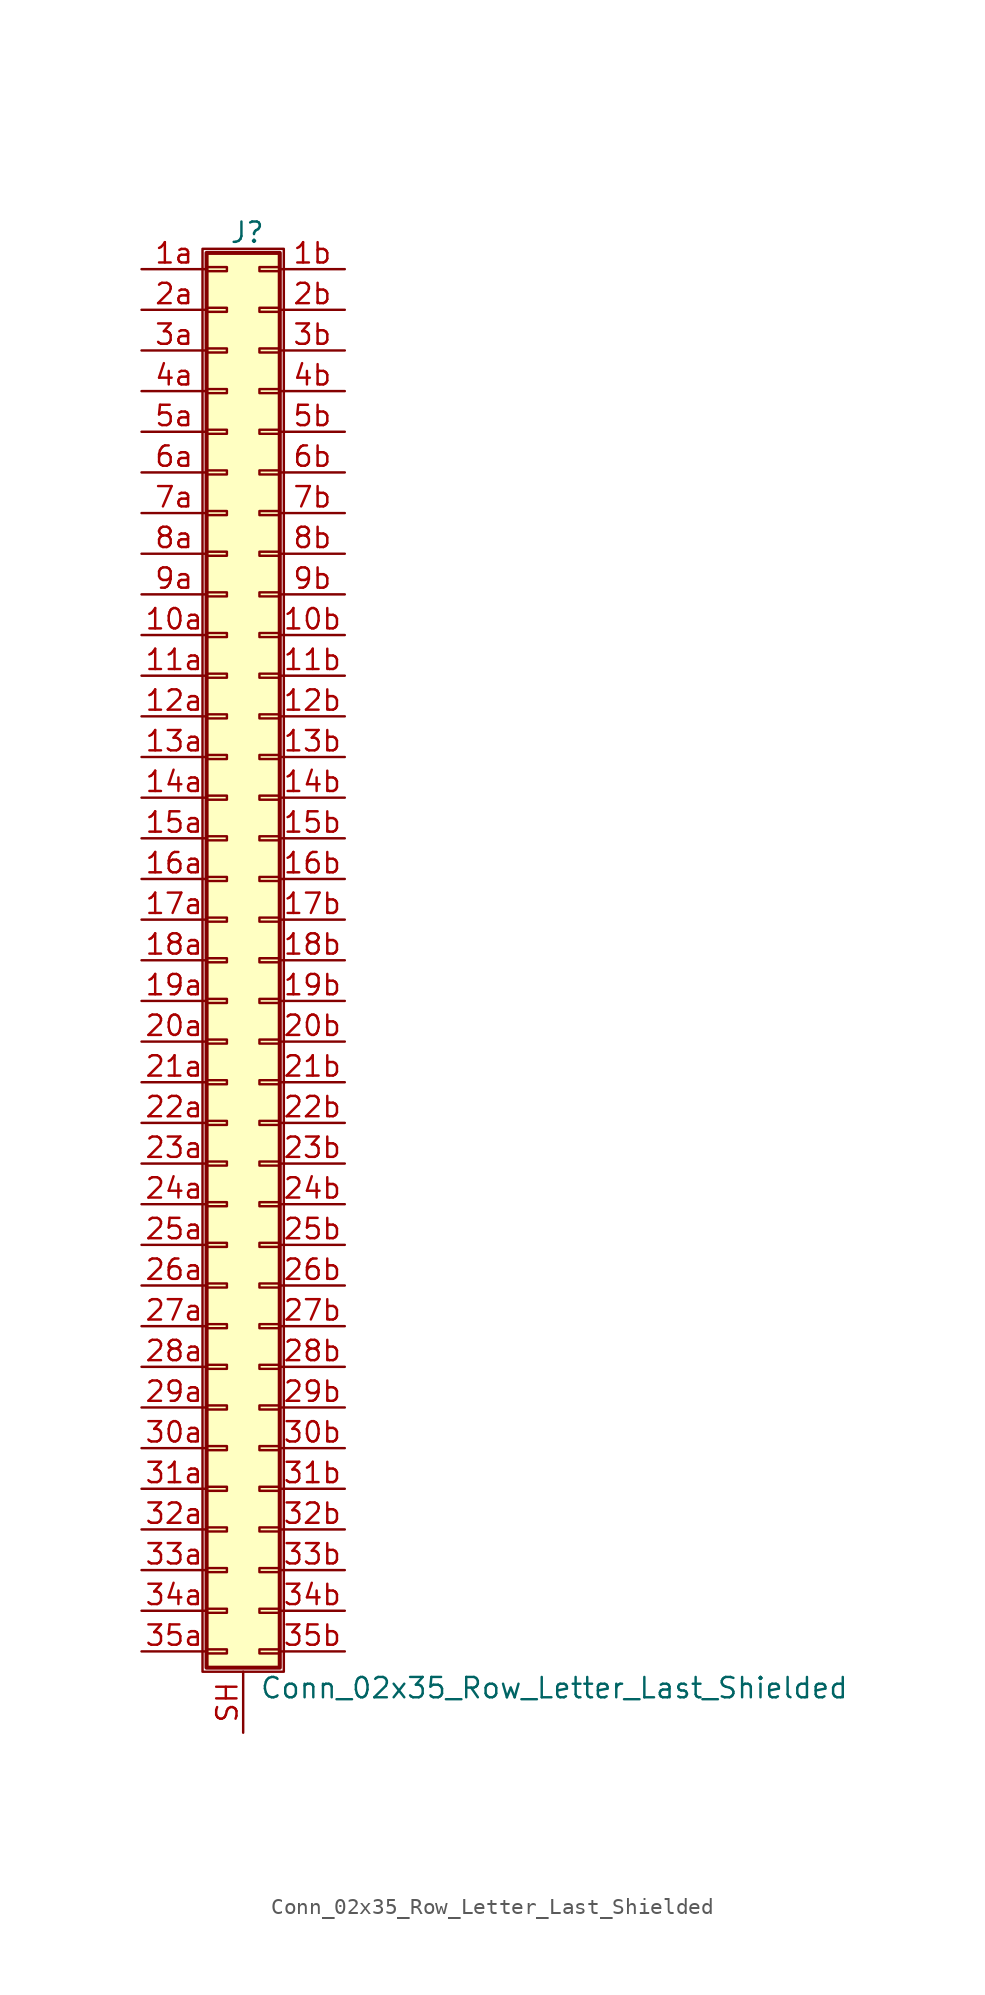
<source format=kicad_sym>
(kicad_symbol_lib
  (version 20201005)
  (generator kicad_symbol_editor)
  (symbol "Conn_02x35_Row_Letter_Last_Shielded"
    (pin_names
      (offset 1.016) hide)
    (property "Reference" "J"
      (at 1.524 45.466 0)
      (effects (font (size 1.27 1.27))))
    (property "Value" "Conn_02x35_Row_Letter_Last_Shielded"
      (at 2.286 -45.466 0)
      (effects (font (size 1.27 1.27)) (justify left)))
    (symbol "Conn_02x35_Row_Letter_Last_Shielded_1_1"
      (rectangle (start -1.27 44.45) (end 3.81 -44.45) (stroke (width 0.152)) (fill (type none)))
      (rectangle (start -1.016 -43.053) (end 0.254 -43.307) (stroke (width 0.152)) (fill (type none)))
      (rectangle (start -1.016 -40.513) (end 0.254 -40.767) (stroke (width 0.152)) (fill (type none)))
      (rectangle (start -1.016 -37.973) (end 0.254 -38.227) (stroke (width 0.152)) (fill (type none)))
      (rectangle (start -1.016 -35.433) (end 0.254 -35.687) (stroke (width 0.152)) (fill (type none)))
      (rectangle (start -1.016 -32.893) (end 0.254 -33.147) (stroke (width 0.152)) (fill (type none)))
      (rectangle (start -1.016 -30.353) (end 0.254 -30.607) (stroke (width 0.152)) (fill (type none)))
      (rectangle (start -1.016 -27.813) (end 0.254 -28.067) (stroke (width 0.152)) (fill (type none)))
      (rectangle (start -1.016 -25.273) (end 0.254 -25.527) (stroke (width 0.152)) (fill (type none)))
      (rectangle (start -1.016 -22.733) (end 0.254 -22.987) (stroke (width 0.152)) (fill (type none)))
      (rectangle (start -1.016 -20.193) (end 0.254 -20.447) (stroke (width 0.152)) (fill (type none)))
      (rectangle (start -1.016 -17.653) (end 0.254 -17.907) (stroke (width 0.152)) (fill (type none)))
      (rectangle (start -1.016 -15.113) (end 0.254 -15.367) (stroke (width 0.152)) (fill (type none)))
      (rectangle (start -1.016 -12.573) (end 0.254 -12.827) (stroke (width 0.152)) (fill (type none)))
      (rectangle (start -1.016 -10.033) (end 0.254 -10.287) (stroke (width 0.152)) (fill (type none)))
      (rectangle (start -1.016 -7.493) (end 0.254 -7.747) (stroke (width 0.152)) (fill (type none)))
      (rectangle (start -1.016 -4.953) (end 0.254 -5.207) (stroke (width 0.152)) (fill (type none)))
      (rectangle (start -1.016 -2.413) (end 0.254 -2.667) (stroke (width 0.152)) (fill (type none)))
      (rectangle (start -1.016 0.127) (end 0.254 -0.127) (stroke (width 0.152)) (fill (type none)))
      (rectangle (start -1.016 2.667) (end 0.254 2.413) (stroke (width 0.152)) (fill (type none)))
      (rectangle (start -1.016 5.207) (end 0.254 4.953) (stroke (width 0.152)) (fill (type none)))
      (rectangle (start -1.016 7.747) (end 0.254 7.493) (stroke (width 0.152)) (fill (type none)))
      (rectangle (start -1.016 10.287) (end 0.254 10.033) (stroke (width 0.152)) (fill (type none)))
      (rectangle (start -1.016 12.827) (end 0.254 12.573) (stroke (width 0.152)) (fill (type none)))
      (rectangle (start -1.016 15.367) (end 0.254 15.113) (stroke (width 0.152)) (fill (type none)))
      (rectangle (start -1.016 17.907) (end 0.254 17.653) (stroke (width 0.152)) (fill (type none)))
      (rectangle (start -1.016 20.447) (end 0.254 20.193) (stroke (width 0.152)) (fill (type none)))
      (rectangle (start -1.016 22.987) (end 0.254 22.733) (stroke (width 0.152)) (fill (type none)))
      (rectangle (start -1.016 25.527) (end 0.254 25.273) (stroke (width 0.152)) (fill (type none)))
      (rectangle (start -1.016 28.067) (end 0.254 27.813) (stroke (width 0.152)) (fill (type none)))
      (rectangle (start -1.016 30.607) (end 0.254 30.353) (stroke (width 0.152)) (fill (type none)))
      (rectangle (start -1.016 33.147) (end 0.254 32.893) (stroke (width 0.152)) (fill (type none)))
      (rectangle (start -1.016 35.687) (end 0.254 35.433) (stroke (width 0.152)) (fill (type none)))
      (rectangle (start -1.016 38.227) (end 0.254 37.973) (stroke (width 0.152)) (fill (type none)))
      (rectangle (start -1.016 40.767) (end 0.254 40.513) (stroke (width 0.152)) (fill (type none)))
      (rectangle (start -1.016 43.307) (end 0.254 43.053) (stroke (width 0.152)) (fill (type none)))
      (rectangle (start 3.556 -43.053) (end 2.286 -43.307) (stroke (width 0.152)) (fill (type none)))
      (rectangle (start 3.556 -40.513) (end 2.286 -40.767) (stroke (width 0.152)) (fill (type none)))
      (rectangle (start 3.556 -37.973) (end 2.286 -38.227) (stroke (width 0.152)) (fill (type none)))
      (rectangle (start 3.556 -35.433) (end 2.286 -35.687) (stroke (width 0.152)) (fill (type none)))
      (rectangle (start 3.556 -32.893) (end 2.286 -33.147) (stroke (width 0.152)) (fill (type none)))
      (rectangle (start 3.556 -30.353) (end 2.286 -30.607) (stroke (width 0.152)) (fill (type none)))
      (rectangle (start 3.556 -27.813) (end 2.286 -28.067) (stroke (width 0.152)) (fill (type none)))
      (rectangle (start 3.556 -25.273) (end 2.286 -25.527) (stroke (width 0.152)) (fill (type none)))
      (rectangle (start 3.556 -22.733) (end 2.286 -22.987) (stroke (width 0.152)) (fill (type none)))
      (rectangle (start 3.556 -20.193) (end 2.286 -20.447) (stroke (width 0.152)) (fill (type none)))
      (rectangle (start 3.556 -17.653) (end 2.286 -17.907) (stroke (width 0.152)) (fill (type none)))
      (rectangle (start 3.556 -15.113) (end 2.286 -15.367) (stroke (width 0.152)) (fill (type none)))
      (rectangle (start 3.556 -12.573) (end 2.286 -12.827) (stroke (width 0.152)) (fill (type none)))
      (rectangle (start 3.556 -10.033) (end 2.286 -10.287) (stroke (width 0.152)) (fill (type none)))
      (rectangle (start 3.556 -7.493) (end 2.286 -7.747) (stroke (width 0.152)) (fill (type none)))
      (rectangle (start 3.556 -4.953) (end 2.286 -5.207) (stroke (width 0.152)) (fill (type none)))
      (rectangle (start 3.556 -2.413) (end 2.286 -2.667) (stroke (width 0.152)) (fill (type none)))
      (rectangle (start 3.556 0.127) (end 2.286 -0.127) (stroke (width 0.152)) (fill (type none)))
      (rectangle (start 3.556 2.667) (end 2.286 2.413) (stroke (width 0.152)) (fill (type none)))
      (rectangle (start 3.556 5.207) (end 2.286 4.953) (stroke (width 0.152)) (fill (type none)))
      (rectangle (start 3.556 7.747) (end 2.286 7.493) (stroke (width 0.152)) (fill (type none)))
      (rectangle (start 3.556 10.287) (end 2.286 10.033) (stroke (width 0.152)) (fill (type none)))
      (rectangle (start 3.556 12.827) (end 2.286 12.573) (stroke (width 0.152)) (fill (type none)))
      (rectangle (start 3.556 15.367) (end 2.286 15.113) (stroke (width 0.152)) (fill (type none)))
      (rectangle (start 3.556 17.907) (end 2.286 17.653) (stroke (width 0.152)) (fill (type none)))
      (rectangle (start 3.556 20.447) (end 2.286 20.193) (stroke (width 0.152)) (fill (type none)))
      (rectangle (start 3.556 22.987) (end 2.286 22.733) (stroke (width 0.152)) (fill (type none)))
      (rectangle (start 3.556 25.527) (end 2.286 25.273) (stroke (width 0.152)) (fill (type none)))
      (rectangle (start 3.556 28.067) (end 2.286 27.813) (stroke (width 0.152)) (fill (type none)))
      (rectangle (start 3.556 30.607) (end 2.286 30.353) (stroke (width 0.152)) (fill (type none)))
      (rectangle (start 3.556 33.147) (end 2.286 32.893) (stroke (width 0.152)) (fill (type none)))
      (rectangle (start 3.556 35.687) (end 2.286 35.433) (stroke (width 0.152)) (fill (type none)))
      (rectangle (start 3.556 38.227) (end 2.286 37.973) (stroke (width 0.152)) (fill (type none)))
      (rectangle (start 3.556 40.767) (end 2.286 40.513) (stroke (width 0.152)) (fill (type none)))
      (rectangle (start 3.556 43.307) (end 2.286 43.053) (stroke (width 0.152)) (fill (type none)))
      (rectangle (start -1.016 44.196) (end 3.556 -44.196) (stroke (width 0.254)) (fill (type background)))
      (pin passive line (at -5.08 20.32 0) (length 4.064) (name "Pin_10a" (effects (font (size 1.27 1.27)))) (number "10a" (effects (font (size 1.27 1.27)))))
      (pin passive line (at 7.62 20.32 180) (length 4.064) (name "Pin_10b" (effects (font (size 1.27 1.27)))) (number "10b" (effects (font (size 1.27 1.27)))))
      (pin passive line (at -5.08 17.78 0) (length 4.064) (name "Pin_11a" (effects (font (size 1.27 1.27)))) (number "11a" (effects (font (size 1.27 1.27)))))
      (pin passive line (at 7.62 17.78 180) (length 4.064) (name "Pin_11b" (effects (font (size 1.27 1.27)))) (number "11b" (effects (font (size 1.27 1.27)))))
      (pin passive line (at -5.08 15.24 0) (length 4.064) (name "Pin_12a" (effects (font (size 1.27 1.27)))) (number "12a" (effects (font (size 1.27 1.27)))))
      (pin passive line (at 7.62 15.24 180) (length 4.064) (name "Pin_12b" (effects (font (size 1.27 1.27)))) (number "12b" (effects (font (size 1.27 1.27)))))
      (pin passive line (at -5.08 12.7 0) (length 4.064) (name "Pin_13a" (effects (font (size 1.27 1.27)))) (number "13a" (effects (font (size 1.27 1.27)))))
      (pin passive line (at 7.62 12.7 180) (length 4.064) (name "Pin_13b" (effects (font (size 1.27 1.27)))) (number "13b" (effects (font (size 1.27 1.27)))))
      (pin passive line (at -5.08 10.16 0) (length 4.064) (name "Pin_14a" (effects (font (size 1.27 1.27)))) (number "14a" (effects (font (size 1.27 1.27)))))
      (pin passive line (at 7.62 10.16 180) (length 4.064) (name "Pin_14b" (effects (font (size 1.27 1.27)))) (number "14b" (effects (font (size 1.27 1.27)))))
      (pin passive line (at -5.08 7.62 0) (length 4.064) (name "Pin_15a" (effects (font (size 1.27 1.27)))) (number "15a" (effects (font (size 1.27 1.27)))))
      (pin passive line (at 7.62 7.62 180) (length 4.064) (name "Pin_15b" (effects (font (size 1.27 1.27)))) (number "15b" (effects (font (size 1.27 1.27)))))
      (pin passive line (at -5.08 5.08 0) (length 4.064) (name "Pin_16a" (effects (font (size 1.27 1.27)))) (number "16a" (effects (font (size 1.27 1.27)))))
      (pin passive line (at 7.62 5.08 180) (length 4.064) (name "Pin_16b" (effects (font (size 1.27 1.27)))) (number "16b" (effects (font (size 1.27 1.27)))))
      (pin passive line (at -5.08 2.54 0) (length 4.064) (name "Pin_17a" (effects (font (size 1.27 1.27)))) (number "17a" (effects (font (size 1.27 1.27)))))
      (pin passive line (at 7.62 2.54 180) (length 4.064) (name "Pin_17b" (effects (font (size 1.27 1.27)))) (number "17b" (effects (font (size 1.27 1.27)))))
      (pin passive line (at -5.08 0 0) (length 4.064) (name "Pin_18a" (effects (font (size 1.27 1.27)))) (number "18a" (effects (font (size 1.27 1.27)))))
      (pin passive line (at 7.62 0 180) (length 4.064) (name "Pin_18b" (effects (font (size 1.27 1.27)))) (number "18b" (effects (font (size 1.27 1.27)))))
      (pin passive line (at -5.08 -2.54 0) (length 4.064) (name "Pin_19a" (effects (font (size 1.27 1.27)))) (number "19a" (effects (font (size 1.27 1.27)))))
      (pin passive line (at 7.62 -2.54 180) (length 4.064) (name "Pin_19b" (effects (font (size 1.27 1.27)))) (number "19b" (effects (font (size 1.27 1.27)))))
      (pin passive line (at -5.08 43.18 0) (length 4.064) (name "Pin_1a" (effects (font (size 1.27 1.27)))) (number "1a" (effects (font (size 1.27 1.27)))))
      (pin passive line (at 7.62 43.18 180) (length 4.064) (name "Pin_1b" (effects (font (size 1.27 1.27)))) (number "1b" (effects (font (size 1.27 1.27)))))
      (pin passive line (at -5.08 -5.08 0) (length 4.064) (name "Pin_20a" (effects (font (size 1.27 1.27)))) (number "20a" (effects (font (size 1.27 1.27)))))
      (pin passive line (at 7.62 -5.08 180) (length 4.064) (name "Pin_20b" (effects (font (size 1.27 1.27)))) (number "20b" (effects (font (size 1.27 1.27)))))
      (pin passive line (at -5.08 -7.62 0) (length 4.064) (name "Pin_21a" (effects (font (size 1.27 1.27)))) (number "21a" (effects (font (size 1.27 1.27)))))
      (pin passive line (at 7.62 -7.62 180) (length 4.064) (name "Pin_21b" (effects (font (size 1.27 1.27)))) (number "21b" (effects (font (size 1.27 1.27)))))
      (pin passive line (at -5.08 -10.16 0) (length 4.064) (name "Pin_22a" (effects (font (size 1.27 1.27)))) (number "22a" (effects (font (size 1.27 1.27)))))
      (pin passive line (at 7.62 -10.16 180) (length 4.064) (name "Pin_22b" (effects (font (size 1.27 1.27)))) (number "22b" (effects (font (size 1.27 1.27)))))
      (pin passive line (at -5.08 -12.7 0) (length 4.064) (name "Pin_23a" (effects (font (size 1.27 1.27)))) (number "23a" (effects (font (size 1.27 1.27)))))
      (pin passive line (at 7.62 -12.7 180) (length 4.064) (name "Pin_23b" (effects (font (size 1.27 1.27)))) (number "23b" (effects (font (size 1.27 1.27)))))
      (pin passive line (at -5.08 -15.24 0) (length 4.064) (name "Pin_24a" (effects (font (size 1.27 1.27)))) (number "24a" (effects (font (size 1.27 1.27)))))
      (pin passive line (at 7.62 -15.24 180) (length 4.064) (name "Pin_24b" (effects (font (size 1.27 1.27)))) (number "24b" (effects (font (size 1.27 1.27)))))
      (pin passive line (at -5.08 -17.78 0) (length 4.064) (name "Pin_25a" (effects (font (size 1.27 1.27)))) (number "25a" (effects (font (size 1.27 1.27)))))
      (pin passive line (at 7.62 -17.78 180) (length 4.064) (name "Pin_25b" (effects (font (size 1.27 1.27)))) (number "25b" (effects (font (size 1.27 1.27)))))
      (pin passive line (at -5.08 -20.32 0) (length 4.064) (name "Pin_26a" (effects (font (size 1.27 1.27)))) (number "26a" (effects (font (size 1.27 1.27)))))
      (pin passive line (at 7.62 -20.32 180) (length 4.064) (name "Pin_26b" (effects (font (size 1.27 1.27)))) (number "26b" (effects (font (size 1.27 1.27)))))
      (pin passive line (at -5.08 -22.86 0) (length 4.064) (name "Pin_27a" (effects (font (size 1.27 1.27)))) (number "27a" (effects (font (size 1.27 1.27)))))
      (pin passive line (at 7.62 -22.86 180) (length 4.064) (name "Pin_27b" (effects (font (size 1.27 1.27)))) (number "27b" (effects (font (size 1.27 1.27)))))
      (pin passive line (at -5.08 -25.4 0) (length 4.064) (name "Pin_28a" (effects (font (size 1.27 1.27)))) (number "28a" (effects (font (size 1.27 1.27)))))
      (pin passive line (at 7.62 -25.4 180) (length 4.064) (name "Pin_28b" (effects (font (size 1.27 1.27)))) (number "28b" (effects (font (size 1.27 1.27)))))
      (pin passive line (at -5.08 -27.94 0) (length 4.064) (name "Pin_29a" (effects (font (size 1.27 1.27)))) (number "29a" (effects (font (size 1.27 1.27)))))
      (pin passive line (at 7.62 -27.94 180) (length 4.064) (name "Pin_29b" (effects (font (size 1.27 1.27)))) (number "29b" (effects (font (size 1.27 1.27)))))
      (pin passive line (at -5.08 40.64 0) (length 4.064) (name "Pin_2a" (effects (font (size 1.27 1.27)))) (number "2a" (effects (font (size 1.27 1.27)))))
      (pin passive line (at 7.62 40.64 180) (length 4.064) (name "Pin_2b" (effects (font (size 1.27 1.27)))) (number "2b" (effects (font (size 1.27 1.27)))))
      (pin passive line (at -5.08 -30.48 0) (length 4.064) (name "Pin_30a" (effects (font (size 1.27 1.27)))) (number "30a" (effects (font (size 1.27 1.27)))))
      (pin passive line (at 7.62 -30.48 180) (length 4.064) (name "Pin_30b" (effects (font (size 1.27 1.27)))) (number "30b" (effects (font (size 1.27 1.27)))))
      (pin passive line (at -5.08 -33.02 0) (length 4.064) (name "Pin_31a" (effects (font (size 1.27 1.27)))) (number "31a" (effects (font (size 1.27 1.27)))))
      (pin passive line (at 7.62 -33.02 180) (length 4.064) (name "Pin_31b" (effects (font (size 1.27 1.27)))) (number "31b" (effects (font (size 1.27 1.27)))))
      (pin passive line (at -5.08 -35.56 0) (length 4.064) (name "Pin_32a" (effects (font (size 1.27 1.27)))) (number "32a" (effects (font (size 1.27 1.27)))))
      (pin passive line (at 7.62 -35.56 180) (length 4.064) (name "Pin_32b" (effects (font (size 1.27 1.27)))) (number "32b" (effects (font (size 1.27 1.27)))))
      (pin passive line (at -5.08 -38.1 0) (length 4.064) (name "Pin_33a" (effects (font (size 1.27 1.27)))) (number "33a" (effects (font (size 1.27 1.27)))))
      (pin passive line (at 7.62 -38.1 180) (length 4.064) (name "Pin_33b" (effects (font (size 1.27 1.27)))) (number "33b" (effects (font (size 1.27 1.27)))))
      (pin passive line (at -5.08 -40.64 0) (length 4.064) (name "Pin_34a" (effects (font (size 1.27 1.27)))) (number "34a" (effects (font (size 1.27 1.27)))))
      (pin passive line (at 7.62 -40.64 180) (length 4.064) (name "Pin_34b" (effects (font (size 1.27 1.27)))) (number "34b" (effects (font (size 1.27 1.27)))))
      (pin passive line (at -5.08 -43.18 0) (length 4.064) (name "Pin_35a" (effects (font (size 1.27 1.27)))) (number "35a" (effects (font (size 1.27 1.27)))))
      (pin passive line (at 7.62 -43.18 180) (length 4.064) (name "Pin_35b" (effects (font (size 1.27 1.27)))) (number "35b" (effects (font (size 1.27 1.27)))))
      (pin passive line (at -5.08 38.1 0) (length 4.064) (name "Pin_3a" (effects (font (size 1.27 1.27)))) (number "3a" (effects (font (size 1.27 1.27)))))
      (pin passive line (at 7.62 38.1 180) (length 4.064) (name "Pin_3b" (effects (font (size 1.27 1.27)))) (number "3b" (effects (font (size 1.27 1.27)))))
      (pin passive line (at -5.08 35.56 0) (length 4.064) (name "Pin_4a" (effects (font (size 1.27 1.27)))) (number "4a" (effects (font (size 1.27 1.27)))))
      (pin passive line (at 7.62 35.56 180) (length 4.064) (name "Pin_4b" (effects (font (size 1.27 1.27)))) (number "4b" (effects (font (size 1.27 1.27)))))
      (pin passive line (at -5.08 33.02 0) (length 4.064) (name "Pin_5a" (effects (font (size 1.27 1.27)))) (number "5a" (effects (font (size 1.27 1.27)))))
      (pin passive line (at 7.62 33.02 180) (length 4.064) (name "Pin_5b" (effects (font (size 1.27 1.27)))) (number "5b" (effects (font (size 1.27 1.27)))))
      (pin passive line (at -5.08 30.48 0) (length 4.064) (name "Pin_6a" (effects (font (size 1.27 1.27)))) (number "6a" (effects (font (size 1.27 1.27)))))
      (pin passive line (at 7.62 30.48 180) (length 4.064) (name "Pin_6b" (effects (font (size 1.27 1.27)))) (number "6b" (effects (font (size 1.27 1.27)))))
      (pin passive line (at -5.08 27.94 0) (length 4.064) (name "Pin_7a" (effects (font (size 1.27 1.27)))) (number "7a" (effects (font (size 1.27 1.27)))))
      (pin passive line (at 7.62 27.94 180) (length 4.064) (name "Pin_7b" (effects (font (size 1.27 1.27)))) (number "7b" (effects (font (size 1.27 1.27)))))
      (pin passive line (at -5.08 25.4 0) (length 4.064) (name "Pin_8a" (effects (font (size 1.27 1.27)))) (number "8a" (effects (font (size 1.27 1.27)))))
      (pin passive line (at 7.62 25.4 180) (length 4.064) (name "Pin_8b" (effects (font (size 1.27 1.27)))) (number "8b" (effects (font (size 1.27 1.27)))))
      (pin passive line (at -5.08 22.86 0) (length 4.064) (name "Pin_9a" (effects (font (size 1.27 1.27)))) (number "9a" (effects (font (size 1.27 1.27)))))
      (pin passive line (at 7.62 22.86 180) (length 4.064) (name "Pin_9b" (effects (font (size 1.27 1.27)))) (number "9b" (effects (font (size 1.27 1.27)))))
      (pin passive line (at 1.27 -48.26 90) (length 3.81) (name "Shield" (effects (font (size 1.27 1.27)))) (number "SH" (effects (font (size 1.27 1.27))))))))
</source>
